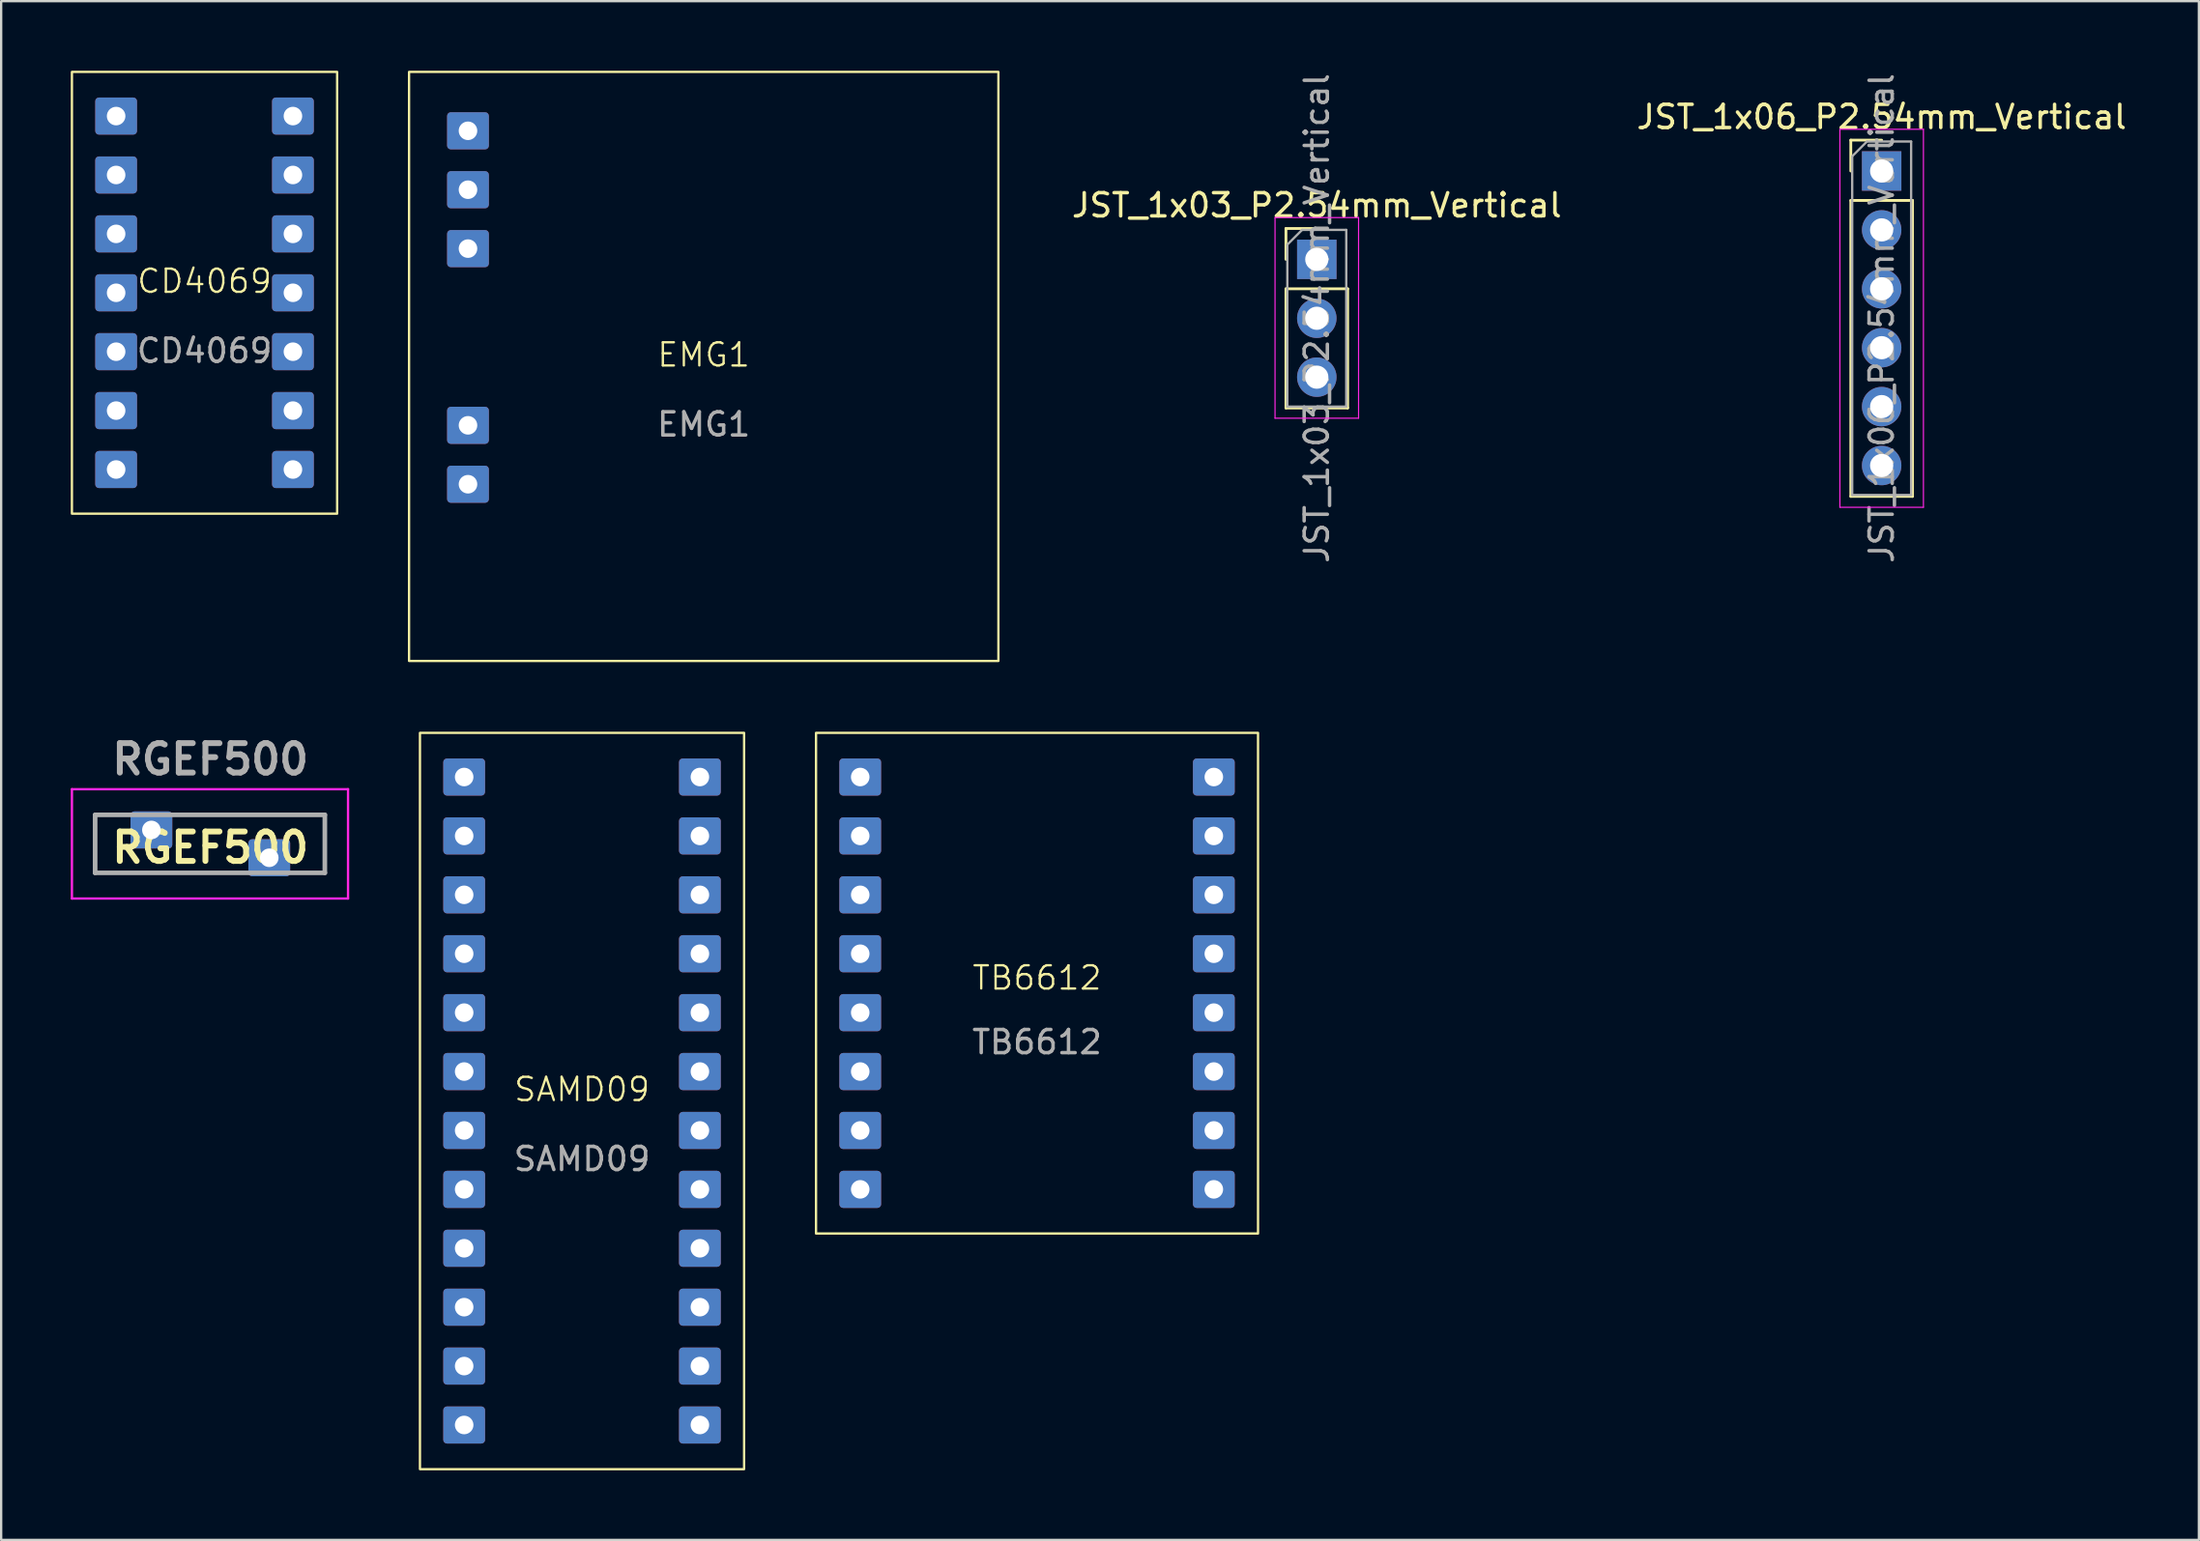
<source format=kicad_pcb>
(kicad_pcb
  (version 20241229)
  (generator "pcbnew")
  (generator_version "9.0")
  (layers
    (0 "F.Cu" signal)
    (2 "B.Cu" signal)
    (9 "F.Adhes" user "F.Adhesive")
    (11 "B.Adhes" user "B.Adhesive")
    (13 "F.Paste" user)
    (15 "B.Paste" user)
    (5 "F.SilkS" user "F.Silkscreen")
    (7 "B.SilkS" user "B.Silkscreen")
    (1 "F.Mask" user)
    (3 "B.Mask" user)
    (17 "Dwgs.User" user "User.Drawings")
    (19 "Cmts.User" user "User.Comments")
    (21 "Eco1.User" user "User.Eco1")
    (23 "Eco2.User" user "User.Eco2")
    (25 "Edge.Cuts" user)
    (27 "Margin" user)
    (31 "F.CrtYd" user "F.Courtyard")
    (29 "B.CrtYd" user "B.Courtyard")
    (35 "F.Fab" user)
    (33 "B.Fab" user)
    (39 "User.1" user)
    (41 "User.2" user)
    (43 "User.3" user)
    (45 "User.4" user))
  (footprint "JST_1x03_P2.54mm_Vertical"
    (layer "F.Cu")
    (at 53.703 8.133)
    (property "Reference" "JST_1x03_P2.54mm_Vertical" (at 0 -2.33 0) (layer "F.SilkS") (effects (font (size 1 1) (thickness 0.15))))
    (attr through_hole)
    (fp_line (start -1.33 -1.33) (end 0 -1.33) (stroke (width 0.12) (type solid)) (layer "F.SilkS"))
    (fp_line (start -1.33 0) (end -1.33 -1.33) (stroke (width 0.12) (type solid)) (layer "F.SilkS"))
    (fp_line (start -1.33 1.27) (end -1.33 6.41) (stroke (width 0.12) (type solid)) (layer "F.SilkS"))
    (fp_line (start -1.33 1.27) (end 1.33 1.27) (stroke (width 0.12) (type solid)) (layer "F.SilkS"))
    (fp_line (start -1.33 6.41) (end 1.33 6.41) (stroke (width 0.12) (type solid)) (layer "F.SilkS"))
    (fp_line (start 1.33 1.27) (end 1.33 6.41) (stroke (width 0.12) (type solid)) (layer "F.SilkS"))
    (fp_line (start -1.8 -1.8) (end -1.8 6.85) (stroke (width 0.05) (type solid)) (layer "F.CrtYd"))
    (fp_line (start -1.8 6.85) (end 1.8 6.85) (stroke (width 0.05) (type solid)) (layer "F.CrtYd"))
    (fp_line (start 1.8 -1.8) (end -1.8 -1.8) (stroke (width 0.05) (type solid)) (layer "F.CrtYd"))
    (fp_line (start 1.8 6.85) (end 1.8 -1.8) (stroke (width 0.05) (type solid)) (layer "F.CrtYd"))
    (fp_line (start -1.27 -0.635) (end -0.635 -1.27) (stroke (width 0.1) (type solid)) (layer "F.Fab"))
    (fp_line (start -1.27 6.35) (end -1.27 -0.635) (stroke (width 0.1) (type solid)) (layer "F.Fab"))
    (fp_line (start -0.635 -1.27) (end 1.27 -1.27) (stroke (width 0.1) (type solid)) (layer "F.Fab"))
    (fp_line (start 1.27 -1.27) (end 1.27 6.35) (stroke (width 0.1) (type solid)) (layer "F.Fab"))
    (fp_line (start 1.27 6.35) (end -1.27 6.35) (stroke (width 0.1) (type solid)) (layer "F.Fab"))
    (fp_text user "${REFERENCE}" (at 0 2.54 90) (layer "F.Fab") (effects (font (size 1 1) (thickness 0.15))))
    (pad "1" thru_hole rect (at 0 0) (size 1.7 1.7) (drill 1) (layers "*.Cu" "*.Mask"))
    (pad "2" thru_hole oval (at 0 2.54) (size 1.7 1.7) (drill 1) (layers "*.Cu" "*.Mask"))
    (pad "3" thru_hole oval (at 0 5.08) (size 1.7 1.7) (drill 1) (layers "*.Cu" "*.Mask")))
  (footprint "CD4069"
    (layer "F.Cu")
    (at 5.765 9.575)
    (property "Reference" "CD4069" (at 0 -0.5 0) (unlocked yes) (layer "F.SilkS") (effects (font (size 1 1) (thickness 0.1))))
    (attr through_hole)
    (fp_rect (start -5.715 -9.525) (end 5.715 9.525) (stroke (width 0.1) (type default)) (fill no) (layer "F.SilkS"))
    (fp_text user "${REFERENCE}" (at 0 2.5 0) (unlocked yes) (layer "F.Fab") (effects (font (size 1 1) (thickness 0.15))))
    (pad "1" thru_hole roundrect (at -3.81 -7.62) (size 1.8 1.6) (drill 0.8) (layers "*.Cu" "*.Mask") (roundrect_rratio 0.1))
    (pad "2" thru_hole roundrect (at -3.81 -5.08) (size 1.8 1.6) (drill 0.8) (layers "*.Cu" "*.Mask") (roundrect_rratio 0.1))
    (pad "3" thru_hole roundrect (at -3.81 -2.54) (size 1.8 1.6) (drill 0.8) (layers "*.Cu" "*.Mask") (roundrect_rratio 0.1))
    (pad "4" thru_hole roundrect (at -3.81 0) (size 1.8 1.6) (drill 0.8) (layers "*.Cu" "*.Mask") (roundrect_rratio 0.1))
    (pad "5" thru_hole roundrect (at -3.81 2.54) (size 1.8 1.6) (drill 0.8) (layers "*.Cu" "*.Mask") (roundrect_rratio 0.1))
    (pad "6" thru_hole roundrect (at -3.81 5.08) (size 1.8 1.6) (drill 0.8) (layers "*.Cu" "*.Mask") (roundrect_rratio 0.1))
    (pad "7" thru_hole roundrect (at -3.81 7.62) (size 1.8 1.6) (drill 0.8) (layers "*.Cu" "*.Mask") (roundrect_rratio 0.1))
    (pad "8" thru_hole roundrect (at 3.81 7.62) (size 1.8 1.6) (drill 0.8) (layers "*.Cu" "*.Mask") (roundrect_rratio 0.1))
    (pad "9" thru_hole roundrect (at 3.81 5.08) (size 1.8 1.6) (drill 0.8) (layers "*.Cu" "*.Mask") (roundrect_rratio 0.1))
    (pad "10" thru_hole roundrect (at 3.81 2.54) (size 1.8 1.6) (drill 0.8) (layers "*.Cu" "*.Mask") (roundrect_rratio 0.1))
    (pad "11" thru_hole roundrect (at 3.81 0) (size 1.8 1.6) (drill 0.8) (layers "*.Cu" "*.Mask") (roundrect_rratio 0.1))
    (pad "12" thru_hole roundrect (at 3.81 -2.54) (size 1.8 1.6) (drill 0.8) (layers "*.Cu" "*.Mask") (roundrect_rratio 0.1))
    (pad "13" thru_hole roundrect (at 3.81 -5.08) (size 1.8 1.6) (drill 0.8) (layers "*.Cu" "*.Mask") (roundrect_rratio 0.1))
    (pad "14" thru_hole roundrect (at 3.81 -7.62) (size 1.8 1.6) (drill 0.8) (layers "*.Cu" "*.Mask") (roundrect_rratio 0.1)))
  (footprint "SAMD09"
    (layer "F.Cu")
    (at 22.035 44.425)
    (property "Reference" "SAMD09" (at 0 -0.5 0) (unlocked yes) (layer "F.SilkS") (effects (font (size 1 1) (thickness 0.1))))
    (attr through_hole)
    (fp_rect (start -6.985 -15.875) (end 6.985 15.875) (stroke (width 0.1) (type default)) (fill no) (layer "F.SilkS"))
    (fp_text user "${REFERENCE}" (at 0 2.5 0) (unlocked yes) (layer "F.Fab") (effects (font (size 1 1) (thickness 0.15))))
    (pad "1" thru_hole roundrect (at -5.08 -13.97) (size 1.8 1.6) (drill 0.8) (layers "*.Cu" "*.Mask") (roundrect_rratio 0.1))
    (pad "2" thru_hole roundrect (at -5.08 -11.43) (size 1.8 1.6) (drill 0.8) (layers "*.Cu" "*.Mask") (roundrect_rratio 0.1))
    (pad "3" thru_hole roundrect (at -5.08 -8.89) (size 1.8 1.6) (drill 0.8) (layers "*.Cu" "*.Mask") (roundrect_rratio 0.1))
    (pad "4" thru_hole roundrect (at -5.08 -6.35) (size 1.8 1.6) (drill 0.8) (layers "*.Cu" "*.Mask") (roundrect_rratio 0.1))
    (pad "5" thru_hole roundrect (at -5.08 -3.81) (size 1.8 1.6) (drill 0.8) (layers "*.Cu" "*.Mask") (roundrect_rratio 0.1))
    (pad "6" thru_hole roundrect (at -5.08 -1.27) (size 1.8 1.6) (drill 0.8) (layers "*.Cu" "*.Mask") (roundrect_rratio 0.1))
    (pad "7" thru_hole roundrect (at -5.08 1.27) (size 1.8 1.6) (drill 0.8) (layers "*.Cu" "*.Mask") (roundrect_rratio 0.1))
    (pad "8" thru_hole roundrect (at -5.08 3.81) (size 1.8 1.6) (drill 0.8) (layers "*.Cu" "*.Mask") (roundrect_rratio 0.1))
    (pad "9" thru_hole roundrect (at -5.08 6.35) (size 1.8 1.6) (drill 0.8) (layers "*.Cu" "*.Mask") (roundrect_rratio 0.1))
    (pad "10" thru_hole roundrect (at -5.08 8.89) (size 1.8 1.6) (drill 0.8) (layers "*.Cu" "*.Mask") (roundrect_rratio 0.1))
    (pad "11" thru_hole roundrect (at -5.08 11.43) (size 1.8 1.6) (drill 0.8) (layers "*.Cu" "*.Mask") (roundrect_rratio 0.1))
    (pad "12" thru_hole roundrect (at -5.08 13.97) (size 1.8 1.6) (drill 0.8) (layers "*.Cu" "*.Mask") (roundrect_rratio 0.1))
    (pad "13" thru_hole roundrect (at 5.08 13.97) (size 1.8 1.6) (drill 0.8) (layers "*.Cu" "*.Mask") (roundrect_rratio 0.1))
    (pad "14" thru_hole roundrect (at 5.08 11.43) (size 1.8 1.6) (drill 0.8) (layers "*.Cu" "*.Mask") (roundrect_rratio 0.1))
    (pad "15" thru_hole roundrect (at 5.08 8.89) (size 1.8 1.6) (drill 0.8) (layers "*.Cu" "*.Mask") (roundrect_rratio 0.1))
    (pad "16" thru_hole roundrect (at 5.08 6.35) (size 1.8 1.6) (drill 0.8) (layers "*.Cu" "*.Mask") (roundrect_rratio 0.1))
    (pad "17" thru_hole roundrect (at 5.08 3.81) (size 1.8 1.6) (drill 0.8) (layers "*.Cu" "*.Mask") (roundrect_rratio 0.1))
    (pad "18" thru_hole roundrect (at 5.08 1.27) (size 1.8 1.6) (drill 0.8) (layers "*.Cu" "*.Mask") (roundrect_rratio 0.1))
    (pad "19" thru_hole roundrect (at 5.08 -1.27) (size 1.8 1.6) (drill 0.8) (layers "*.Cu" "*.Mask") (roundrect_rratio 0.1))
    (pad "20" thru_hole roundrect (at 5.08 -3.81) (size 1.8 1.6) (drill 0.8) (layers "*.Cu" "*.Mask") (roundrect_rratio 0.1))
    (pad "21" thru_hole roundrect (at 5.08 -6.35) (size 1.8 1.6) (drill 0.8) (layers "*.Cu" "*.Mask") (roundrect_rratio 0.1))
    (pad "22" thru_hole roundrect (at 5.08 -8.89) (size 1.8 1.6) (drill 0.8) (layers "*.Cu" "*.Mask") (roundrect_rratio 0.1))
    (pad "23" thru_hole roundrect (at 5.08 -11.43) (size 1.8 1.6) (drill 0.8) (layers "*.Cu" "*.Mask") (roundrect_rratio 0.1))
    (pad "24" thru_hole roundrect (at 5.08 -13.97) (size 1.8 1.6) (drill 0.8) (layers "*.Cu" "*.Mask") (roundrect_rratio 0.1)))
  (footprint "JST_1x06_P2.54mm_Vertical"
    (layer "F.Cu")
    (at 78.048 4.323)
    (property "Reference" "JST_1x06_P2.54mm_Vertical" (at 0 -2.33 0) (layer "F.SilkS") (effects (font (size 1 1) (thickness 0.15))))
    (attr through_hole)
    (fp_line (start -1.33 -1.33) (end 0 -1.33) (stroke (width 0.12) (type solid)) (layer "F.SilkS"))
    (fp_line (start -1.33 0) (end -1.33 -1.33) (stroke (width 0.12) (type solid)) (layer "F.SilkS"))
    (fp_line (start -1.33 1.27) (end -1.33 14.03) (stroke (width 0.12) (type solid)) (layer "F.SilkS"))
    (fp_line (start -1.33 1.27) (end 1.33 1.27) (stroke (width 0.12) (type solid)) (layer "F.SilkS"))
    (fp_line (start -1.33 14.03) (end 1.33 14.03) (stroke (width 0.12) (type solid)) (layer "F.SilkS"))
    (fp_line (start 1.33 1.27) (end 1.33 14.03) (stroke (width 0.12) (type solid)) (layer "F.SilkS"))
    (fp_line (start -1.8 -1.8) (end -1.8 14.5) (stroke (width 0.05) (type solid)) (layer "F.CrtYd"))
    (fp_line (start -1.8 14.5) (end 1.8 14.5) (stroke (width 0.05) (type solid)) (layer "F.CrtYd"))
    (fp_line (start 1.8 -1.8) (end -1.8 -1.8) (stroke (width 0.05) (type solid)) (layer "F.CrtYd"))
    (fp_line (start 1.8 14.5) (end 1.8 -1.8) (stroke (width 0.05) (type solid)) (layer "F.CrtYd"))
    (fp_line (start -1.27 -0.635) (end -0.635 -1.27) (stroke (width 0.1) (type solid)) (layer "F.Fab"))
    (fp_line (start -1.27 13.97) (end -1.27 -0.635) (stroke (width 0.1) (type solid)) (layer "F.Fab"))
    (fp_line (start -0.635 -1.27) (end 1.27 -1.27) (stroke (width 0.1) (type solid)) (layer "F.Fab"))
    (fp_line (start 1.27 -1.27) (end 1.27 13.97) (stroke (width 0.1) (type solid)) (layer "F.Fab"))
    (fp_line (start 1.27 13.97) (end -1.27 13.97) (stroke (width 0.1) (type solid)) (layer "F.Fab"))
    (fp_text user "${REFERENCE}" (at 0 6.35 90) (layer "F.Fab") (effects (font (size 1 1) (thickness 0.15))))
    (pad "1" thru_hole rect (at 0 0) (size 1.7 1.7) (drill 1) (layers "*.Cu" "*.Mask"))
    (pad "2" thru_hole oval (at 0 2.54) (size 1.7 1.7) (drill 1) (layers "*.Cu" "*.Mask"))
    (pad "3" thru_hole oval (at 0 5.08) (size 1.7 1.7) (drill 1) (layers "*.Cu" "*.Mask"))
    (pad "4" thru_hole oval (at 0 7.62) (size 1.7 1.7) (drill 1) (layers "*.Cu" "*.Mask"))
    (pad "5" thru_hole oval (at 0 10.16) (size 1.7 1.7) (drill 1) (layers "*.Cu" "*.Mask"))
    (pad "6" thru_hole oval (at 0 12.7) (size 1.7 1.7) (drill 1) (layers "*.Cu" "*.Mask")))
  (footprint "EMG1"
    (layer "F.Cu")
    (at 27.28 12.75)
    (property "Reference" "EMG1" (at 0 -0.5 0) (unlocked yes) (layer "F.SilkS") (effects (font (size 1 1) (thickness 0.1))))
    (attr through_hole)
    (fp_rect (start -12.7 -12.7) (end 12.7 12.7) (stroke (width 0.1) (type default)) (fill no) (layer "F.SilkS"))
    (fp_text user "${REFERENCE}" (at 0 2.5 0) (unlocked yes) (layer "F.Fab") (effects (font (size 1 1) (thickness 0.15))))
    (pad "1" thru_hole roundrect (at -10.16 -10.16) (size 1.8 1.6) (drill 0.8) (layers "*.Cu" "*.Mask") (roundrect_rratio 0.1))
    (pad "2" thru_hole roundrect (at -10.16 -7.62) (size 1.8 1.6) (drill 0.8) (layers "*.Cu" "*.Mask") (roundrect_rratio 0.1))
    (pad "3" thru_hole roundrect (at -10.16 -5.08) (size 1.8 1.6) (drill 0.8) (layers "*.Cu" "*.Mask") (roundrect_rratio 0.1))
    (pad "4" thru_hole roundrect (at -10.16 2.54) (size 1.8 1.6) (drill 0.8) (layers "*.Cu" "*.Mask") (roundrect_rratio 0.1))
    (pad "5" thru_hole roundrect (at -10.16 5.08) (size 1.8 1.6) (drill 0.8) (layers "*.Cu" "*.Mask") (roundrect_rratio 0.1)))
  (footprint "TB6612"
    (layer "F.Cu")
    (at 41.645 39.345)
    (property "Reference" "TB6612" (at 0 -0.23 0) (unlocked yes) (layer "F.SilkS") (effects (font (size 1 1) (thickness 0.1))))
    (attr through_hole)
    (fp_rect (start -9.525 -10.795) (end 9.525 10.795) (stroke (width 0.1) (type default)) (fill no) (layer "F.SilkS"))
    (fp_text user "${REFERENCE}" (at 0 2.54 0) (unlocked yes) (layer "F.Fab") (effects (font (size 1 1) (thickness 0.15))))
    (pad "1" thru_hole roundrect (at -7.62 -8.89) (size 1.8 1.6) (drill 0.8) (layers "*.Cu" "*.Mask") (roundrect_rratio 0.1))
    (pad "2" thru_hole roundrect (at -7.62 -6.35) (size 1.8 1.6) (drill 0.8) (layers "*.Cu" "*.Mask") (roundrect_rratio 0.1))
    (pad "3" thru_hole roundrect (at -7.62 -3.81) (size 1.8 1.6) (drill 0.8) (layers "*.Cu" "*.Mask") (roundrect_rratio 0.1))
    (pad "4" thru_hole roundrect (at -7.62 -1.27) (size 1.8 1.6) (drill 0.8) (layers "*.Cu" "*.Mask") (roundrect_rratio 0.1))
    (pad "5" thru_hole roundrect (at -7.62 1.27) (size 1.8 1.6) (drill 0.8) (layers "*.Cu" "*.Mask") (roundrect_rratio 0.1))
    (pad "6" thru_hole roundrect (at -7.62 3.81) (size 1.8 1.6) (drill 0.8) (layers "*.Cu" "*.Mask") (roundrect_rratio 0.1))
    (pad "7" thru_hole roundrect (at -7.62 6.35) (size 1.8 1.6) (drill 0.8) (layers "*.Cu" "*.Mask") (roundrect_rratio 0.1))
    (pad "8" thru_hole roundrect (at -7.62 8.89) (size 1.8 1.6) (drill 0.8) (layers "*.Cu" "*.Mask") (roundrect_rratio 0.1))
    (pad "9" thru_hole roundrect (at 7.62 8.89) (size 1.8 1.6) (drill 0.8) (layers "*.Cu" "*.Mask") (roundrect_rratio 0.1))
    (pad "10" thru_hole roundrect (at 7.62 6.35) (size 1.8 1.6) (drill 0.8) (layers "*.Cu" "*.Mask") (roundrect_rratio 0.1))
    (pad "11" thru_hole roundrect (at 7.62 3.81) (size 1.8 1.6) (drill 0.8) (layers "*.Cu" "*.Mask") (roundrect_rratio 0.1))
    (pad "12" thru_hole roundrect (at 7.62 1.27) (size 1.8 1.6) (drill 0.8) (layers "*.Cu" "*.Mask") (roundrect_rratio 0.1))
    (pad "13" thru_hole roundrect (at 7.62 -1.27) (size 1.8 1.6) (drill 0.8) (layers "*.Cu" "*.Mask") (roundrect_rratio 0.1))
    (pad "14" thru_hole roundrect (at 7.62 -3.81) (size 1.8 1.6) (drill 0.8) (layers "*.Cu" "*.Mask") (roundrect_rratio 0.1))
    (pad "15" thru_hole roundrect (at 7.62 -6.35) (size 1.8 1.6) (drill 0.8) (layers "*.Cu" "*.Mask") (roundrect_rratio 0.1))
    (pad "16" thru_hole roundrect (at 7.62 -8.89) (size 1.8 1.6) (drill 0.8) (layers "*.Cu" "*.Mask") (roundrect_rratio 0.1)))
  (footprint "RGEF500"
    (layer "F.Cu")
    (at 3.475 32.737)
    (property "Reference" "RGEF500" (at 2.54 0.762 0) (layer "F.SilkS") (effects (font (size 1.27 1.27) (thickness 0.254))))
    (attr through_hole)
    (fp_line (start -2.425 -0.65) (end -2.425 1.85) (stroke (width 0.1) (type solid)) (layer "F.SilkS"))
    (fp_line (start -2.425 1.85) (end 4.125 1.85) (stroke (width 0.1) (type solid)) (layer "F.SilkS"))
    (fp_line (start -1.075 -0.65) (end -2.425 -0.65) (stroke (width 0.1) (type solid)) (layer "F.SilkS"))
    (fp_line (start 0.925 -0.65) (end 7.475 -0.65) (stroke (width 0.1) (type solid)) (layer "F.SilkS"))
    (fp_line (start 7.475 -0.65) (end 7.475 1.85) (stroke (width 0.1) (type solid)) (layer "F.SilkS"))
    (fp_line (start 7.475 1.85) (end 5.925 1.85) (stroke (width 0.1) (type solid)) (layer "F.SilkS"))
    (fp_line (start -3.425 -1.757) (end 8.475 -1.757) (stroke (width 0.1) (type solid)) (layer "F.CrtYd"))
    (fp_line (start -3.425 2.958) (end -3.425 -1.757) (stroke (width 0.1) (type solid)) (layer "F.CrtYd"))
    (fp_line (start 8.475 -1.757) (end 8.475 2.958) (stroke (width 0.1) (type solid)) (layer "F.CrtYd"))
    (fp_line (start 8.475 2.958) (end -3.425 2.958) (stroke (width 0.1) (type solid)) (layer "F.CrtYd"))
    (fp_line (start -2.425 -0.65) (end 7.475 -0.65) (stroke (width 0.2) (type solid)) (layer "F.Fab"))
    (fp_line (start -2.425 1.85) (end -2.425 -0.65) (stroke (width 0.2) (type solid)) (layer "F.Fab"))
    (fp_line (start 7.475 -0.65) (end 7.475 1.85) (stroke (width 0.2) (type solid)) (layer "F.Fab"))
    (fp_line (start 7.475 1.85) (end -2.425 1.85) (stroke (width 0.2) (type solid)) (layer "F.Fab"))
    (fp_text user "${REFERENCE}" (at 2.54 -3.048 0) (layer "F.Fab") (effects (font (size 1.27 1.27) (thickness 0.254))))
    (pad "1" thru_hole roundrect (at 0 0) (size 1.8 1.6) (drill 0.8) (layers "*.Cu" "*.Mask") (roundrect_rratio 0.1))
    (pad "2" thru_hole roundrect (at 5.08 1.2) (size 1.8 1.6) (drill 0.8) (layers "*.Cu" "*.Mask") (roundrect_rratio 0.1)))
  (gr_rect
    (start -3 -3)
    (end 91.72 63.35)
    (stroke (width 0.1) (type default))
    (fill no)
    (layer "Edge.Cuts")))
</source>
